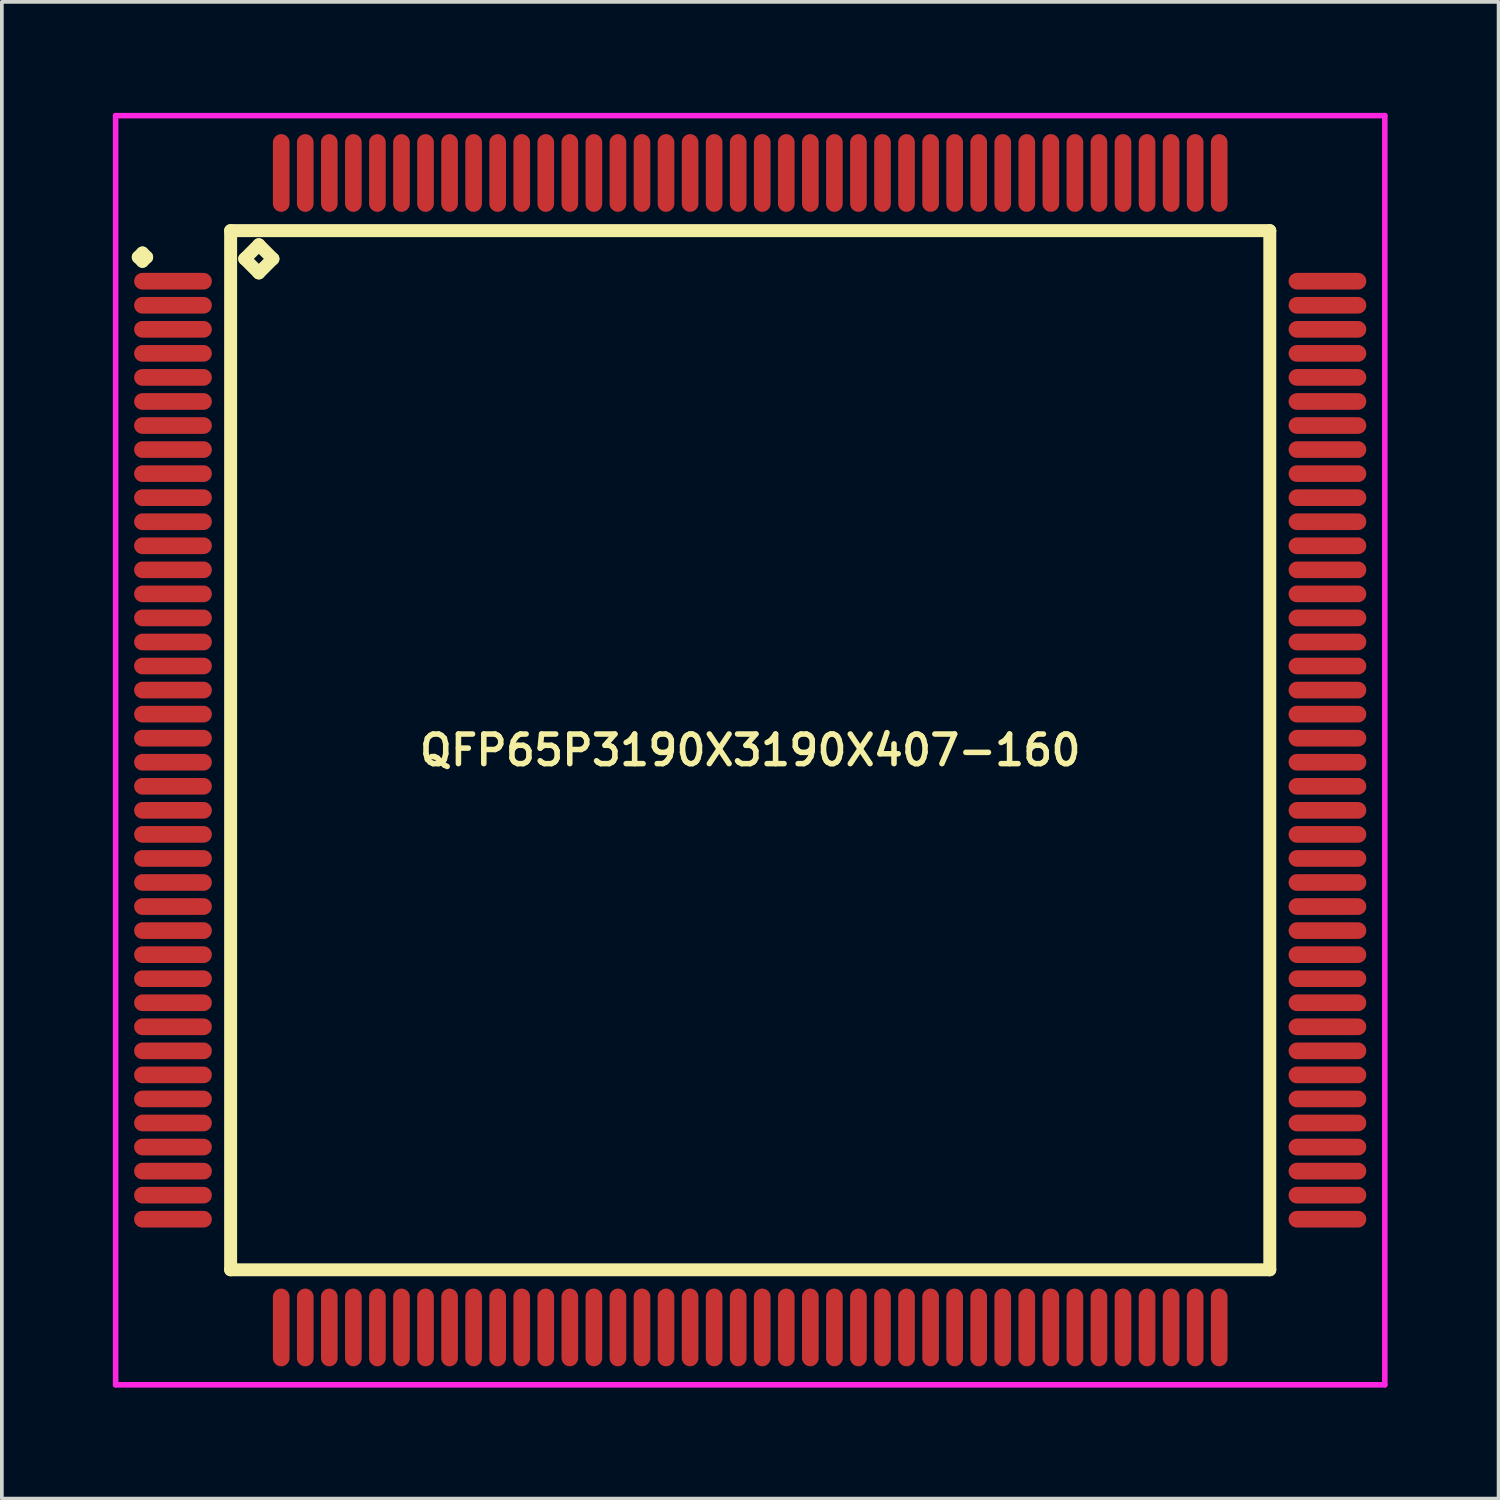
<source format=kicad_pcb>
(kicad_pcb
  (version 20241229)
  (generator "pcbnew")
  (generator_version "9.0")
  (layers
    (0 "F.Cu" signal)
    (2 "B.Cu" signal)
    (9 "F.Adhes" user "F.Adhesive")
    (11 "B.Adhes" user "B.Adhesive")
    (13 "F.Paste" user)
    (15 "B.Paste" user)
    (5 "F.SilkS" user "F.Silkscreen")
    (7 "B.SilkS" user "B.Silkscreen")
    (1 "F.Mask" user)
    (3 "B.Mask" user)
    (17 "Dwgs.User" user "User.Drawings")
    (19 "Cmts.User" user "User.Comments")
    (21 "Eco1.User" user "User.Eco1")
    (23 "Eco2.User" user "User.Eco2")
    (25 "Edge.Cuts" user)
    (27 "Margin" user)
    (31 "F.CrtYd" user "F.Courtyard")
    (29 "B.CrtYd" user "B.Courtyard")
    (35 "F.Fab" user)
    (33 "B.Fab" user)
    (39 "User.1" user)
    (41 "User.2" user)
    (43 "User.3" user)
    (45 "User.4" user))
  (footprint "QFP65P3190X3190X407-160"
    (layer "F.Cu")
    (at 17.225 17.225)
    (property "Reference" "QFP65P3190X3190X407-160" (at 0 0 0) (layer "F.SilkS") (effects (font (size 0.8 0.8) (thickness 0.15))))
    (attr through_hole)
    (fp_line (start -16.538 -13.325) (end -16.425 -13.438) (stroke (width 0.35) (type solid)) (layer "F.SilkS"))
    (fp_line (start -16.425 -13.438) (end -16.312 -13.325) (stroke (width 0.35) (type solid)) (layer "F.SilkS"))
    (fp_line (start -16.425 -13.213) (end -16.538 -13.325) (stroke (width 0.35) (type solid)) (layer "F.SilkS"))
    (fp_line (start -16.312 -13.325) (end -16.425 -13.213) (stroke (width 0.35) (type solid)) (layer "F.SilkS"))
    (fp_line (start -14.042 -14.042) (end -14.042 14.042) (stroke (width 0.35) (type solid)) (layer "F.SilkS"))
    (fp_line (start -14.042 14.042) (end 14.042 14.042) (stroke (width 0.35) (type solid)) (layer "F.SilkS"))
    (fp_line (start -13.661 -13.28) (end -13.28 -13.661) (stroke (width 0.35) (type solid)) (layer "F.SilkS"))
    (fp_line (start -13.28 -13.661) (end -12.899 -13.28) (stroke (width 0.35) (type solid)) (layer "F.SilkS"))
    (fp_line (start -13.28 -12.899) (end -13.661 -13.28) (stroke (width 0.35) (type solid)) (layer "F.SilkS"))
    (fp_line (start -12.899 -13.28) (end -13.28 -12.899) (stroke (width 0.35) (type solid)) (layer "F.SilkS"))
    (fp_line (start 14.042 -14.042) (end -14.042 -14.042) (stroke (width 0.35) (type solid)) (layer "F.SilkS"))
    (fp_line (start 14.042 14.042) (end 14.042 -14.042) (stroke (width 0.35) (type solid)) (layer "F.SilkS"))
    (fp_line (start -17.15 -17.15) (end 17.15 -17.15) (stroke (width 0.15) (type solid)) (layer "F.CrtYd"))
    (fp_line (start -17.15 17.15) (end -17.15 -17.15) (stroke (width 0.15) (type solid)) (layer "F.CrtYd"))
    (fp_line (start 17.15 -17.15) (end 17.15 17.15) (stroke (width 0.15) (type solid)) (layer "F.CrtYd"))
    (fp_line (start 17.15 17.15) (end -17.15 17.15) (stroke (width 0.15) (type solid)) (layer "F.CrtYd"))
    (pad "1" smd oval (at -15.6 -12.675) (size 2.1 0.45) (layers "F.Cu" "F.Mask" "F.Paste"))
    (pad "2" smd oval (at -15.6 -12.025) (size 2.1 0.45) (layers "F.Cu" "F.Mask" "F.Paste"))
    (pad "3" smd oval (at -15.6 -11.375) (size 2.1 0.45) (layers "F.Cu" "F.Mask" "F.Paste"))
    (pad "4" smd oval (at -15.6 -10.725) (size 2.1 0.45) (layers "F.Cu" "F.Mask" "F.Paste"))
    (pad "5" smd oval (at -15.6 -10.075) (size 2.1 0.45) (layers "F.Cu" "F.Mask" "F.Paste"))
    (pad "6" smd oval (at -15.6 -9.425) (size 2.1 0.45) (layers "F.Cu" "F.Mask" "F.Paste"))
    (pad "7" smd oval (at -15.6 -8.775) (size 2.1 0.45) (layers "F.Cu" "F.Mask" "F.Paste"))
    (pad "8" smd oval (at -15.6 -8.125) (size 2.1 0.45) (layers "F.Cu" "F.Mask" "F.Paste"))
    (pad "9" smd oval (at -15.6 -7.475) (size 2.1 0.45) (layers "F.Cu" "F.Mask" "F.Paste"))
    (pad "10" smd oval (at -15.6 -6.825) (size 2.1 0.45) (layers "F.Cu" "F.Mask" "F.Paste"))
    (pad "11" smd oval (at -15.6 -6.175) (size 2.1 0.45) (layers "F.Cu" "F.Mask" "F.Paste"))
    (pad "12" smd oval (at -15.6 -5.525) (size 2.1 0.45) (layers "F.Cu" "F.Mask" "F.Paste"))
    (pad "13" smd oval (at -15.6 -4.875) (size 2.1 0.45) (layers "F.Cu" "F.Mask" "F.Paste"))
    (pad "14" smd oval (at -15.6 -4.225) (size 2.1 0.45) (layers "F.Cu" "F.Mask" "F.Paste"))
    (pad "15" smd oval (at -15.6 -3.575) (size 2.1 0.45) (layers "F.Cu" "F.Mask" "F.Paste"))
    (pad "16" smd oval (at -15.6 -2.925) (size 2.1 0.45) (layers "F.Cu" "F.Mask" "F.Paste"))
    (pad "17" smd oval (at -15.6 -2.275) (size 2.1 0.45) (layers "F.Cu" "F.Mask" "F.Paste"))
    (pad "18" smd oval (at -15.6 -1.625) (size 2.1 0.45) (layers "F.Cu" "F.Mask" "F.Paste"))
    (pad "19" smd oval (at -15.6 -0.975) (size 2.1 0.45) (layers "F.Cu" "F.Mask" "F.Paste"))
    (pad "20" smd oval (at -15.6 -0.325) (size 2.1 0.45) (layers "F.Cu" "F.Mask" "F.Paste"))
    (pad "21" smd oval (at -15.6 0.325) (size 2.1 0.45) (layers "F.Cu" "F.Mask" "F.Paste"))
    (pad "22" smd oval (at -15.6 0.975) (size 2.1 0.45) (layers "F.Cu" "F.Mask" "F.Paste"))
    (pad "23" smd oval (at -15.6 1.625) (size 2.1 0.45) (layers "F.Cu" "F.Mask" "F.Paste"))
    (pad "24" smd oval (at -15.6 2.275) (size 2.1 0.45) (layers "F.Cu" "F.Mask" "F.Paste"))
    (pad "25" smd oval (at -15.6 2.925) (size 2.1 0.45) (layers "F.Cu" "F.Mask" "F.Paste"))
    (pad "26" smd oval (at -15.6 3.575) (size 2.1 0.45) (layers "F.Cu" "F.Mask" "F.Paste"))
    (pad "27" smd oval (at -15.6 4.225) (size 2.1 0.45) (layers "F.Cu" "F.Mask" "F.Paste"))
    (pad "28" smd oval (at -15.6 4.875) (size 2.1 0.45) (layers "F.Cu" "F.Mask" "F.Paste"))
    (pad "29" smd oval (at -15.6 5.525) (size 2.1 0.45) (layers "F.Cu" "F.Mask" "F.Paste"))
    (pad "30" smd oval (at -15.6 6.175) (size 2.1 0.45) (layers "F.Cu" "F.Mask" "F.Paste"))
    (pad "31" smd oval (at -15.6 6.825) (size 2.1 0.45) (layers "F.Cu" "F.Mask" "F.Paste"))
    (pad "32" smd oval (at -15.6 7.475) (size 2.1 0.45) (layers "F.Cu" "F.Mask" "F.Paste"))
    (pad "33" smd oval (at -15.6 8.125) (size 2.1 0.45) (layers "F.Cu" "F.Mask" "F.Paste"))
    (pad "34" smd oval (at -15.6 8.775) (size 2.1 0.45) (layers "F.Cu" "F.Mask" "F.Paste"))
    (pad "35" smd oval (at -15.6 9.425) (size 2.1 0.45) (layers "F.Cu" "F.Mask" "F.Paste"))
    (pad "36" smd oval (at -15.6 10.075) (size 2.1 0.45) (layers "F.Cu" "F.Mask" "F.Paste"))
    (pad "37" smd oval (at -15.6 10.725) (size 2.1 0.45) (layers "F.Cu" "F.Mask" "F.Paste"))
    (pad "38" smd oval (at -15.6 11.375) (size 2.1 0.45) (layers "F.Cu" "F.Mask" "F.Paste"))
    (pad "39" smd oval (at -15.6 12.025) (size 2.1 0.45) (layers "F.Cu" "F.Mask" "F.Paste"))
    (pad "40" smd oval (at -15.6 12.675) (size 2.1 0.45) (layers "F.Cu" "F.Mask" "F.Paste"))
    (pad "41" smd oval (at -12.675 15.6) (size 0.45 2.1) (layers "F.Cu" "F.Mask" "F.Paste"))
    (pad "42" smd oval (at -12.025 15.6) (size 0.45 2.1) (layers "F.Cu" "F.Mask" "F.Paste"))
    (pad "43" smd oval (at -11.375 15.6) (size 0.45 2.1) (layers "F.Cu" "F.Mask" "F.Paste"))
    (pad "44" smd oval (at -10.725 15.6) (size 0.45 2.1) (layers "F.Cu" "F.Mask" "F.Paste"))
    (pad "45" smd oval (at -10.075 15.6) (size 0.45 2.1) (layers "F.Cu" "F.Mask" "F.Paste"))
    (pad "46" smd oval (at -9.425 15.6) (size 0.45 2.1) (layers "F.Cu" "F.Mask" "F.Paste"))
    (pad "47" smd oval (at -8.775 15.6) (size 0.45 2.1) (layers "F.Cu" "F.Mask" "F.Paste"))
    (pad "48" smd oval (at -8.125 15.6) (size 0.45 2.1) (layers "F.Cu" "F.Mask" "F.Paste"))
    (pad "49" smd oval (at -7.475 15.6) (size 0.45 2.1) (layers "F.Cu" "F.Mask" "F.Paste"))
    (pad "50" smd oval (at -6.825 15.6) (size 0.45 2.1) (layers "F.Cu" "F.Mask" "F.Paste"))
    (pad "51" smd oval (at -6.175 15.6) (size 0.45 2.1) (layers "F.Cu" "F.Mask" "F.Paste"))
    (pad "52" smd oval (at -5.525 15.6) (size 0.45 2.1) (layers "F.Cu" "F.Mask" "F.Paste"))
    (pad "53" smd oval (at -4.875 15.6) (size 0.45 2.1) (layers "F.Cu" "F.Mask" "F.Paste"))
    (pad "54" smd oval (at -4.225 15.6) (size 0.45 2.1) (layers "F.Cu" "F.Mask" "F.Paste"))
    (pad "55" smd oval (at -3.575 15.6) (size 0.45 2.1) (layers "F.Cu" "F.Mask" "F.Paste"))
    (pad "56" smd oval (at -2.925 15.6) (size 0.45 2.1) (layers "F.Cu" "F.Mask" "F.Paste"))
    (pad "57" smd oval (at -2.275 15.6) (size 0.45 2.1) (layers "F.Cu" "F.Mask" "F.Paste"))
    (pad "58" smd oval (at -1.625 15.6) (size 0.45 2.1) (layers "F.Cu" "F.Mask" "F.Paste"))
    (pad "59" smd oval (at -0.975 15.6) (size 0.45 2.1) (layers "F.Cu" "F.Mask" "F.Paste"))
    (pad "60" smd oval (at -0.325 15.6) (size 0.45 2.1) (layers "F.Cu" "F.Mask" "F.Paste"))
    (pad "61" smd oval (at 0.325 15.6) (size 0.45 2.1) (layers "F.Cu" "F.Mask" "F.Paste"))
    (pad "62" smd oval (at 0.975 15.6) (size 0.45 2.1) (layers "F.Cu" "F.Mask" "F.Paste"))
    (pad "63" smd oval (at 1.625 15.6) (size 0.45 2.1) (layers "F.Cu" "F.Mask" "F.Paste"))
    (pad "64" smd oval (at 2.275 15.6) (size 0.45 2.1) (layers "F.Cu" "F.Mask" "F.Paste"))
    (pad "65" smd oval (at 2.925 15.6) (size 0.45 2.1) (layers "F.Cu" "F.Mask" "F.Paste"))
    (pad "66" smd oval (at 3.575 15.6) (size 0.45 2.1) (layers "F.Cu" "F.Mask" "F.Paste"))
    (pad "67" smd oval (at 4.225 15.6) (size 0.45 2.1) (layers "F.Cu" "F.Mask" "F.Paste"))
    (pad "68" smd oval (at 4.875 15.6) (size 0.45 2.1) (layers "F.Cu" "F.Mask" "F.Paste"))
    (pad "69" smd oval (at 5.525 15.6) (size 0.45 2.1) (layers "F.Cu" "F.Mask" "F.Paste"))
    (pad "70" smd oval (at 6.175 15.6) (size 0.45 2.1) (layers "F.Cu" "F.Mask" "F.Paste"))
    (pad "71" smd oval (at 6.825 15.6) (size 0.45 2.1) (layers "F.Cu" "F.Mask" "F.Paste"))
    (pad "72" smd oval (at 7.475 15.6) (size 0.45 2.1) (layers "F.Cu" "F.Mask" "F.Paste"))
    (pad "73" smd oval (at 8.125 15.6) (size 0.45 2.1) (layers "F.Cu" "F.Mask" "F.Paste"))
    (pad "74" smd oval (at 8.775 15.6) (size 0.45 2.1) (layers "F.Cu" "F.Mask" "F.Paste"))
    (pad "75" smd oval (at 9.425 15.6) (size 0.45 2.1) (layers "F.Cu" "F.Mask" "F.Paste"))
    (pad "76" smd oval (at 10.075 15.6) (size 0.45 2.1) (layers "F.Cu" "F.Mask" "F.Paste"))
    (pad "77" smd oval (at 10.725 15.6) (size 0.45 2.1) (layers "F.Cu" "F.Mask" "F.Paste"))
    (pad "78" smd oval (at 11.375 15.6) (size 0.45 2.1) (layers "F.Cu" "F.Mask" "F.Paste"))
    (pad "79" smd oval (at 12.025 15.6) (size 0.45 2.1) (layers "F.Cu" "F.Mask" "F.Paste"))
    (pad "80" smd oval (at 12.675 15.6) (size 0.45 2.1) (layers "F.Cu" "F.Mask" "F.Paste"))
    (pad "81" smd oval (at 15.6 12.675) (size 2.1 0.45) (layers "F.Cu" "F.Mask" "F.Paste"))
    (pad "82" smd oval (at 15.6 12.025) (size 2.1 0.45) (layers "F.Cu" "F.Mask" "F.Paste"))
    (pad "83" smd oval (at 15.6 11.375) (size 2.1 0.45) (layers "F.Cu" "F.Mask" "F.Paste"))
    (pad "84" smd oval (at 15.6 10.725) (size 2.1 0.45) (layers "F.Cu" "F.Mask" "F.Paste"))
    (pad "85" smd oval (at 15.6 10.075) (size 2.1 0.45) (layers "F.Cu" "F.Mask" "F.Paste"))
    (pad "86" smd oval (at 15.6 9.425) (size 2.1 0.45) (layers "F.Cu" "F.Mask" "F.Paste"))
    (pad "87" smd oval (at 15.6 8.775) (size 2.1 0.45) (layers "F.Cu" "F.Mask" "F.Paste"))
    (pad "88" smd oval (at 15.6 8.125) (size 2.1 0.45) (layers "F.Cu" "F.Mask" "F.Paste"))
    (pad "89" smd oval (at 15.6 7.475) (size 2.1 0.45) (layers "F.Cu" "F.Mask" "F.Paste"))
    (pad "90" smd oval (at 15.6 6.825) (size 2.1 0.45) (layers "F.Cu" "F.Mask" "F.Paste"))
    (pad "91" smd oval (at 15.6 6.175) (size 2.1 0.45) (layers "F.Cu" "F.Mask" "F.Paste"))
    (pad "92" smd oval (at 15.6 5.525) (size 2.1 0.45) (layers "F.Cu" "F.Mask" "F.Paste"))
    (pad "93" smd oval (at 15.6 4.875) (size 2.1 0.45) (layers "F.Cu" "F.Mask" "F.Paste"))
    (pad "94" smd oval (at 15.6 4.225) (size 2.1 0.45) (layers "F.Cu" "F.Mask" "F.Paste"))
    (pad "95" smd oval (at 15.6 3.575) (size 2.1 0.45) (layers "F.Cu" "F.Mask" "F.Paste"))
    (pad "96" smd oval (at 15.6 2.925) (size 2.1 0.45) (layers "F.Cu" "F.Mask" "F.Paste"))
    (pad "97" smd oval (at 15.6 2.275) (size 2.1 0.45) (layers "F.Cu" "F.Mask" "F.Paste"))
    (pad "98" smd oval (at 15.6 1.625) (size 2.1 0.45) (layers "F.Cu" "F.Mask" "F.Paste"))
    (pad "99" smd oval (at 15.6 0.975) (size 2.1 0.45) (layers "F.Cu" "F.Mask" "F.Paste"))
    (pad "100" smd oval (at 15.6 0.325) (size 2.1 0.45) (layers "F.Cu" "F.Mask" "F.Paste"))
    (pad "101" smd oval (at 15.6 -0.325) (size 2.1 0.45) (layers "F.Cu" "F.Mask" "F.Paste"))
    (pad "102" smd oval (at 15.6 -0.975) (size 2.1 0.45) (layers "F.Cu" "F.Mask" "F.Paste"))
    (pad "103" smd oval (at 15.6 -1.625) (size 2.1 0.45) (layers "F.Cu" "F.Mask" "F.Paste"))
    (pad "104" smd oval (at 15.6 -2.275) (size 2.1 0.45) (layers "F.Cu" "F.Mask" "F.Paste"))
    (pad "105" smd oval (at 15.6 -2.925) (size 2.1 0.45) (layers "F.Cu" "F.Mask" "F.Paste"))
    (pad "106" smd oval (at 15.6 -3.575) (size 2.1 0.45) (layers "F.Cu" "F.Mask" "F.Paste"))
    (pad "107" smd oval (at 15.6 -4.225) (size 2.1 0.45) (layers "F.Cu" "F.Mask" "F.Paste"))
    (pad "108" smd oval (at 15.6 -4.875) (size 2.1 0.45) (layers "F.Cu" "F.Mask" "F.Paste"))
    (pad "109" smd oval (at 15.6 -5.525) (size 2.1 0.45) (layers "F.Cu" "F.Mask" "F.Paste"))
    (pad "110" smd oval (at 15.6 -6.175) (size 2.1 0.45) (layers "F.Cu" "F.Mask" "F.Paste"))
    (pad "111" smd oval (at 15.6 -6.825) (size 2.1 0.45) (layers "F.Cu" "F.Mask" "F.Paste"))
    (pad "112" smd oval (at 15.6 -7.475) (size 2.1 0.45) (layers "F.Cu" "F.Mask" "F.Paste"))
    (pad "113" smd oval (at 15.6 -8.125) (size 2.1 0.45) (layers "F.Cu" "F.Mask" "F.Paste"))
    (pad "114" smd oval (at 15.6 -8.775) (size 2.1 0.45) (layers "F.Cu" "F.Mask" "F.Paste"))
    (pad "115" smd oval (at 15.6 -9.425) (size 2.1 0.45) (layers "F.Cu" "F.Mask" "F.Paste"))
    (pad "116" smd oval (at 15.6 -10.075) (size 2.1 0.45) (layers "F.Cu" "F.Mask" "F.Paste"))
    (pad "117" smd oval (at 15.6 -10.725) (size 2.1 0.45) (layers "F.Cu" "F.Mask" "F.Paste"))
    (pad "118" smd oval (at 15.6 -11.375) (size 2.1 0.45) (layers "F.Cu" "F.Mask" "F.Paste"))
    (pad "119" smd oval (at 15.6 -12.025) (size 2.1 0.45) (layers "F.Cu" "F.Mask" "F.Paste"))
    (pad "120" smd oval (at 15.6 -12.675) (size 2.1 0.45) (layers "F.Cu" "F.Mask" "F.Paste"))
    (pad "121" smd oval (at 12.675 -15.6) (size 0.45 2.1) (layers "F.Cu" "F.Mask" "F.Paste"))
    (pad "122" smd oval (at 12.025 -15.6) (size 0.45 2.1) (layers "F.Cu" "F.Mask" "F.Paste"))
    (pad "123" smd oval (at 11.375 -15.6) (size 0.45 2.1) (layers "F.Cu" "F.Mask" "F.Paste"))
    (pad "124" smd oval (at 10.725 -15.6) (size 0.45 2.1) (layers "F.Cu" "F.Mask" "F.Paste"))
    (pad "125" smd oval (at 10.075 -15.6) (size 0.45 2.1) (layers "F.Cu" "F.Mask" "F.Paste"))
    (pad "126" smd oval (at 9.425 -15.6) (size 0.45 2.1) (layers "F.Cu" "F.Mask" "F.Paste"))
    (pad "127" smd oval (at 8.775 -15.6) (size 0.45 2.1) (layers "F.Cu" "F.Mask" "F.Paste"))
    (pad "128" smd oval (at 8.125 -15.6) (size 0.45 2.1) (layers "F.Cu" "F.Mask" "F.Paste"))
    (pad "129" smd oval (at 7.475 -15.6) (size 0.45 2.1) (layers "F.Cu" "F.Mask" "F.Paste"))
    (pad "130" smd oval (at 6.825 -15.6) (size 0.45 2.1) (layers "F.Cu" "F.Mask" "F.Paste"))
    (pad "131" smd oval (at 6.175 -15.6) (size 0.45 2.1) (layers "F.Cu" "F.Mask" "F.Paste"))
    (pad "132" smd oval (at 5.525 -15.6) (size 0.45 2.1) (layers "F.Cu" "F.Mask" "F.Paste"))
    (pad "133" smd oval (at 4.875 -15.6) (size 0.45 2.1) (layers "F.Cu" "F.Mask" "F.Paste"))
    (pad "134" smd oval (at 4.225 -15.6) (size 0.45 2.1) (layers "F.Cu" "F.Mask" "F.Paste"))
    (pad "135" smd oval (at 3.575 -15.6) (size 0.45 2.1) (layers "F.Cu" "F.Mask" "F.Paste"))
    (pad "136" smd oval (at 2.925 -15.6) (size 0.45 2.1) (layers "F.Cu" "F.Mask" "F.Paste"))
    (pad "137" smd oval (at 2.275 -15.6) (size 0.45 2.1) (layers "F.Cu" "F.Mask" "F.Paste"))
    (pad "138" smd oval (at 1.625 -15.6) (size 0.45 2.1) (layers "F.Cu" "F.Mask" "F.Paste"))
    (pad "139" smd oval (at 0.975 -15.6) (size 0.45 2.1) (layers "F.Cu" "F.Mask" "F.Paste"))
    (pad "140" smd oval (at 0.325 -15.6) (size 0.45 2.1) (layers "F.Cu" "F.Mask" "F.Paste"))
    (pad "141" smd oval (at -0.325 -15.6) (size 0.45 2.1) (layers "F.Cu" "F.Mask" "F.Paste"))
    (pad "142" smd oval (at -0.975 -15.6) (size 0.45 2.1) (layers "F.Cu" "F.Mask" "F.Paste"))
    (pad "143" smd oval (at -1.625 -15.6) (size 0.45 2.1) (layers "F.Cu" "F.Mask" "F.Paste"))
    (pad "144" smd oval (at -2.275 -15.6) (size 0.45 2.1) (layers "F.Cu" "F.Mask" "F.Paste"))
    (pad "145" smd oval (at -2.925 -15.6) (size 0.45 2.1) (layers "F.Cu" "F.Mask" "F.Paste"))
    (pad "146" smd oval (at -3.575 -15.6) (size 0.45 2.1) (layers "F.Cu" "F.Mask" "F.Paste"))
    (pad "147" smd oval (at -4.225 -15.6) (size 0.45 2.1) (layers "F.Cu" "F.Mask" "F.Paste"))
    (pad "148" smd oval (at -4.875 -15.6) (size 0.45 2.1) (layers "F.Cu" "F.Mask" "F.Paste"))
    (pad "149" smd oval (at -5.525 -15.6) (size 0.45 2.1) (layers "F.Cu" "F.Mask" "F.Paste"))
    (pad "150" smd oval (at -6.175 -15.6) (size 0.45 2.1) (layers "F.Cu" "F.Mask" "F.Paste"))
    (pad "151" smd oval (at -6.825 -15.6) (size 0.45 2.1) (layers "F.Cu" "F.Mask" "F.Paste"))
    (pad "152" smd oval (at -7.475 -15.6) (size 0.45 2.1) (layers "F.Cu" "F.Mask" "F.Paste"))
    (pad "153" smd oval (at -8.125 -15.6) (size 0.45 2.1) (layers "F.Cu" "F.Mask" "F.Paste"))
    (pad "154" smd oval (at -8.775 -15.6) (size 0.45 2.1) (layers "F.Cu" "F.Mask" "F.Paste"))
    (pad "155" smd oval (at -9.425 -15.6) (size 0.45 2.1) (layers "F.Cu" "F.Mask" "F.Paste"))
    (pad "156" smd oval (at -10.075 -15.6) (size 0.45 2.1) (layers "F.Cu" "F.Mask" "F.Paste"))
    (pad "157" smd oval (at -10.725 -15.6) (size 0.45 2.1) (layers "F.Cu" "F.Mask" "F.Paste"))
    (pad "158" smd oval (at -11.375 -15.6) (size 0.45 2.1) (layers "F.Cu" "F.Mask" "F.Paste"))
    (pad "159" smd oval (at -12.025 -15.6) (size 0.45 2.1) (layers "F.Cu" "F.Mask" "F.Paste"))
    (pad "160" smd oval (at -12.675 -15.6) (size 0.45 2.1) (layers "F.Cu" "F.Mask" "F.Paste")))
  (gr_rect
    (start -3 -3)
    (end 37.45 37.45)
    (stroke (width 0.1) (type default))
    (fill no)
    (layer "Edge.Cuts")))
</source>
